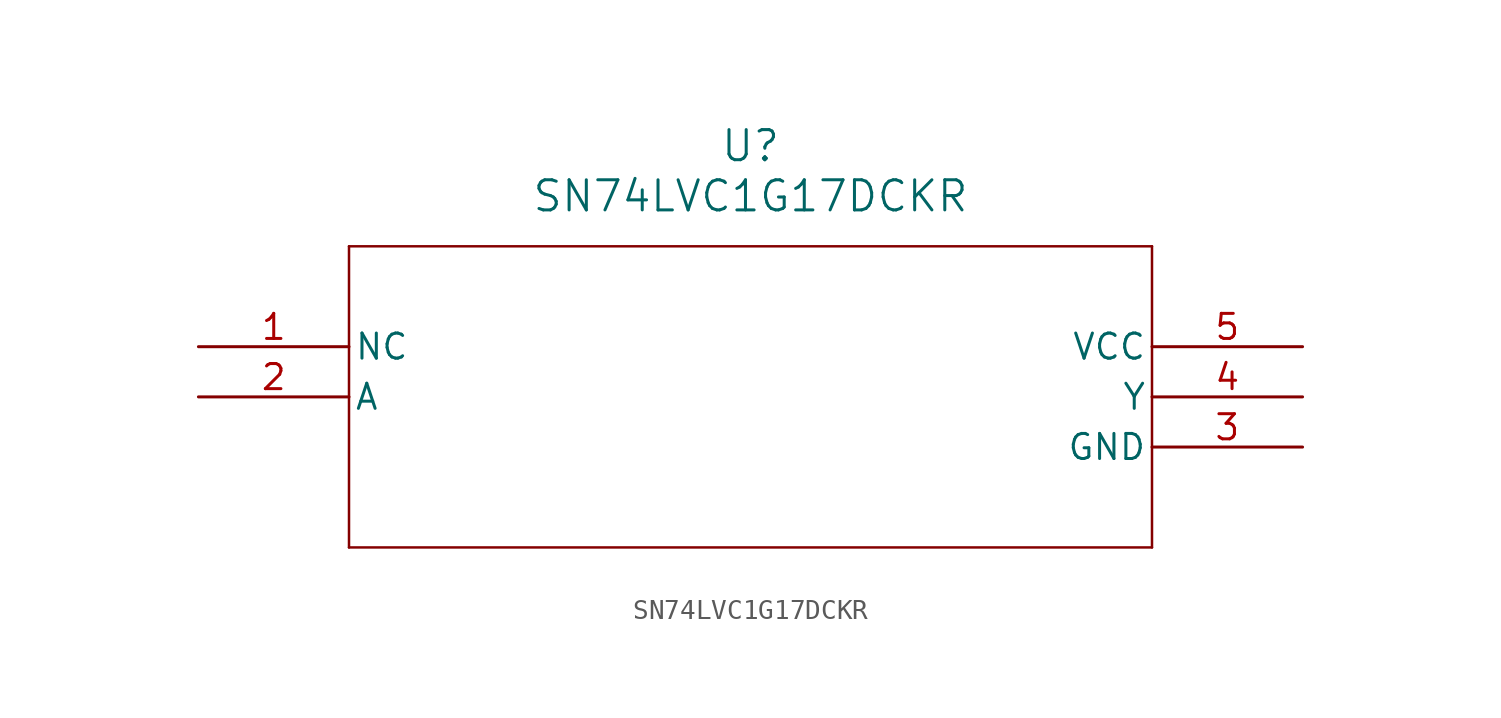
<source format=kicad_sym>
(kicad_symbol_lib
  (version 20211014)
  (generator kicad_symbol_editor)
  (symbol "SN74LVC1G17DCKR"
    (pin_names
      (offset 0.254))
    (property "Reference" "U"
      (at 27.94 10.16 0)
      (effects (font (size 1.524 1.524))))
    (property "Value" "SN74LVC1G17DCKR"
      (at 27.94 7.62 0)
      (effects (font (size 1.524 1.524))))
    (symbol "SN74LVC1G17DCKR_0_1"
      (polyline (pts (xy 7.62 5.08) (xy 7.62 -10.16)) (stroke (width 0.127) (type default) (color 0 0 0 0)) (fill (type none)))
      (polyline (pts (xy 7.62 -10.16) (xy 48.26 -10.16)) (stroke (width 0.127) (type default) (color 0 0 0 0)) (fill (type none)))
      (polyline (pts (xy 48.26 -10.16) (xy 48.26 5.08)) (stroke (width 0.127) (type default) (color 0 0 0 0)) (fill (type none)))
      (polyline (pts (xy 48.26 5.08) (xy 7.62 5.08)) (stroke (width 0.127) (type default) (color 0 0 0 0)) (fill (type none)))
      (pin unspecified line (at 0 0 0) (length 7.62) (name "NC" (effects (font (size 1.27 1.27)))) (number "1" (effects (font (size 1.27 1.27)))))
      (pin input line (at 0 -2.54 0) (length 7.62) (name "A" (effects (font (size 1.27 1.27)))) (number "2" (effects (font (size 1.27 1.27)))))
      (pin power_in line (at 55.88 -5.08 180) (length 7.62) (name "GND" (effects (font (size 1.27 1.27)))) (number "3" (effects (font (size 1.27 1.27)))))
      (pin output line (at 55.88 -2.54 180) (length 7.62) (name "Y" (effects (font (size 1.27 1.27)))) (number "4" (effects (font (size 1.27 1.27)))))
      (pin power_in line (at 55.88 0 180) (length 7.62) (name "VCC" (effects (font (size 1.27 1.27)))) (number "5" (effects (font (size 1.27 1.27))))))))
</source>
